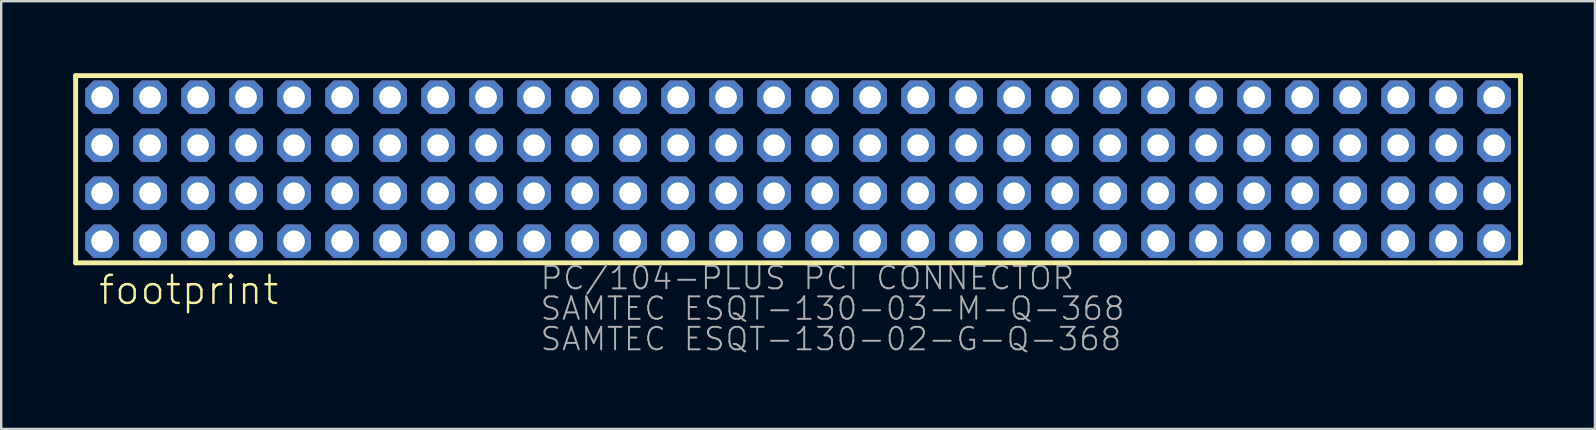
<source format=kicad_pcb>
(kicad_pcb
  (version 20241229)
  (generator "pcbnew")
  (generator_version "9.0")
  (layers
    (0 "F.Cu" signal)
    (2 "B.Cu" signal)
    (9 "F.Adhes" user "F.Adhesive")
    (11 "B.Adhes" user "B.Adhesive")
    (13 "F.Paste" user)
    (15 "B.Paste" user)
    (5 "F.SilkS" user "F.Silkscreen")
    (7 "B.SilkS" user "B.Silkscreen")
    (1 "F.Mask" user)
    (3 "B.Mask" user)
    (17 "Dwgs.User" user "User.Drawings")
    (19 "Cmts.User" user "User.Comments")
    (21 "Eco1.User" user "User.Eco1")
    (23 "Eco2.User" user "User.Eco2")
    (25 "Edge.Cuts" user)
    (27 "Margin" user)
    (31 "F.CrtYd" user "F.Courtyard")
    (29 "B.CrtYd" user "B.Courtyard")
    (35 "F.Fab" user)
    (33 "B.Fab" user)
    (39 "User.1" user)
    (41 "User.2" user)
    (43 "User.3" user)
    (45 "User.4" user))
  (footprint "footprint"
    (layer "F.Cu")
    (at 30.202 4.002)
    (property "Reference" "footprint" (at -29.21 5.715 0) (layer "F.SilkS") (effects (font (size 1.168 1.168) (thickness 0.102)) (justify left bottom)))
    (fp_line (start -30.1 -3.9) (end 30.1 -3.9) (stroke (width 0.203) (type solid)) (layer "F.SilkS"))
    (fp_line (start -30.1 3.9) (end -30.1 -3.9) (stroke (width 0.203) (type solid)) (layer "F.SilkS"))
    (fp_line (start 30.1 -3.9) (end 30.1 3.9) (stroke (width 0.203) (type solid)) (layer "F.SilkS"))
    (fp_line (start 30.1 3.9) (end -30.1 3.9) (stroke (width 0.203) (type solid)) (layer "F.SilkS"))
    (fp_text user "PC/104-PLUS PCI CONNECTOR" (at -10.795 5.08 0) (layer "F.Fab") (effects (font (size 0.935 0.935) (thickness 0.081)) (justify left bottom)))
    (fp_text user "SAMTEC ESQT-130-03-M-Q-368" (at -10.795 6.35 0) (layer "F.Fab") (effects (font (size 0.935 0.935) (thickness 0.081)) (justify left bottom)))
    (fp_text user "SAMTEC ESQT-130-02-G-Q-368" (at -10.795 7.62 0) (layer "F.Fab") (effects (font (size 0.935 0.935) (thickness 0.081)) (justify left bottom)))
    (pad "A1" thru_hole roundrect (at -29 3) (size 1.397 1.397) (drill 0.9) (layers "*.Cu" "*.Mask") (roundrect_rratio 0.25) (chamfer_ratio 0.25) (chamfer top_left top_right bottom_left bottom_right))
    (pad "A2" thru_hole roundrect (at -27 3) (size 1.397 1.397) (drill 0.9) (layers "*.Cu" "*.Mask") (roundrect_rratio 0.25) (chamfer_ratio 0.25) (chamfer top_left top_right bottom_left bottom_right))
    (pad "A3" thru_hole roundrect (at -25 3) (size 1.397 1.397) (drill 0.9) (layers "*.Cu" "*.Mask") (roundrect_rratio 0.25) (chamfer_ratio 0.25) (chamfer top_left top_right bottom_left bottom_right))
    (pad "A4" thru_hole roundrect (at -23 3) (size 1.397 1.397) (drill 0.9) (layers "*.Cu" "*.Mask") (roundrect_rratio 0.25) (chamfer_ratio 0.25) (chamfer top_left top_right bottom_left bottom_right))
    (pad "A5" thru_hole roundrect (at -21 3) (size 1.397 1.397) (drill 0.9) (layers "*.Cu" "*.Mask") (roundrect_rratio 0.25) (chamfer_ratio 0.25) (chamfer top_left top_right bottom_left bottom_right))
    (pad "A6" thru_hole roundrect (at -19 3) (size 1.397 1.397) (drill 0.9) (layers "*.Cu" "*.Mask") (roundrect_rratio 0.25) (chamfer_ratio 0.25) (chamfer top_left top_right bottom_left bottom_right))
    (pad "A7" thru_hole roundrect (at -17 3) (size 1.397 1.397) (drill 0.9) (layers "*.Cu" "*.Mask") (roundrect_rratio 0.25) (chamfer_ratio 0.25) (chamfer top_left top_right bottom_left bottom_right))
    (pad "A8" thru_hole roundrect (at -15 3) (size 1.397 1.397) (drill 0.9) (layers "*.Cu" "*.Mask") (roundrect_rratio 0.25) (chamfer_ratio 0.25) (chamfer top_left top_right bottom_left bottom_right))
    (pad "A9" thru_hole roundrect (at -13 3) (size 1.397 1.397) (drill 0.9) (layers "*.Cu" "*.Mask") (roundrect_rratio 0.25) (chamfer_ratio 0.25) (chamfer top_left top_right bottom_left bottom_right))
    (pad "A10" thru_hole roundrect (at -11 3) (size 1.397 1.397) (drill 0.9) (layers "*.Cu" "*.Mask") (roundrect_rratio 0.25) (chamfer_ratio 0.25) (chamfer top_left top_right bottom_left bottom_right))
    (pad "A11" thru_hole roundrect (at -9 3) (size 1.397 1.397) (drill 0.9) (layers "*.Cu" "*.Mask") (roundrect_rratio 0.25) (chamfer_ratio 0.25) (chamfer top_left top_right bottom_left bottom_right))
    (pad "A12" thru_hole roundrect (at -7 3) (size 1.397 1.397) (drill 0.9) (layers "*.Cu" "*.Mask") (roundrect_rratio 0.25) (chamfer_ratio 0.25) (chamfer top_left top_right bottom_left bottom_right))
    (pad "A13" thru_hole roundrect (at -5 3) (size 1.397 1.397) (drill 0.9) (layers "*.Cu" "*.Mask") (roundrect_rratio 0.25) (chamfer_ratio 0.25) (chamfer top_left top_right bottom_left bottom_right))
    (pad "A14" thru_hole roundrect (at -3 3) (size 1.397 1.397) (drill 0.9) (layers "*.Cu" "*.Mask") (roundrect_rratio 0.25) (chamfer_ratio 0.25) (chamfer top_left top_right bottom_left bottom_right))
    (pad "A15" thru_hole roundrect (at -1 3) (size 1.397 1.397) (drill 0.9) (layers "*.Cu" "*.Mask") (roundrect_rratio 0.25) (chamfer_ratio 0.25) (chamfer top_left top_right bottom_left bottom_right))
    (pad "A16" thru_hole roundrect (at 1 3) (size 1.397 1.397) (drill 0.9) (layers "*.Cu" "*.Mask") (roundrect_rratio 0.25) (chamfer_ratio 0.25) (chamfer top_left top_right bottom_left bottom_right))
    (pad "A17" thru_hole roundrect (at 3 3) (size 1.397 1.397) (drill 0.9) (layers "*.Cu" "*.Mask") (roundrect_rratio 0.25) (chamfer_ratio 0.25) (chamfer top_left top_right bottom_left bottom_right))
    (pad "A18" thru_hole roundrect (at 5 3) (size 1.397 1.397) (drill 0.9) (layers "*.Cu" "*.Mask") (roundrect_rratio 0.25) (chamfer_ratio 0.25) (chamfer top_left top_right bottom_left bottom_right))
    (pad "A19" thru_hole roundrect (at 7 3) (size 1.397 1.397) (drill 0.9) (layers "*.Cu" "*.Mask") (roundrect_rratio 0.25) (chamfer_ratio 0.25) (chamfer top_left top_right bottom_left bottom_right))
    (pad "A20" thru_hole roundrect (at 9 3) (size 1.397 1.397) (drill 0.9) (layers "*.Cu" "*.Mask") (roundrect_rratio 0.25) (chamfer_ratio 0.25) (chamfer top_left top_right bottom_left bottom_right))
    (pad "A21" thru_hole roundrect (at 11 3) (size 1.397 1.397) (drill 0.9) (layers "*.Cu" "*.Mask") (roundrect_rratio 0.25) (chamfer_ratio 0.25) (chamfer top_left top_right bottom_left bottom_right))
    (pad "A22" thru_hole roundrect (at 13 3) (size 1.397 1.397) (drill 0.9) (layers "*.Cu" "*.Mask") (roundrect_rratio 0.25) (chamfer_ratio 0.25) (chamfer top_left top_right bottom_left bottom_right))
    (pad "A23" thru_hole roundrect (at 15 3) (size 1.397 1.397) (drill 0.9) (layers "*.Cu" "*.Mask") (roundrect_rratio 0.25) (chamfer_ratio 0.25) (chamfer top_left top_right bottom_left bottom_right))
    (pad "A24" thru_hole roundrect (at 17 3) (size 1.397 1.397) (drill 0.9) (layers "*.Cu" "*.Mask") (roundrect_rratio 0.25) (chamfer_ratio 0.25) (chamfer top_left top_right bottom_left bottom_right))
    (pad "A25" thru_hole roundrect (at 19 3) (size 1.397 1.397) (drill 0.9) (layers "*.Cu" "*.Mask") (roundrect_rratio 0.25) (chamfer_ratio 0.25) (chamfer top_left top_right bottom_left bottom_right))
    (pad "A26" thru_hole roundrect (at 21 3) (size 1.397 1.397) (drill 0.9) (layers "*.Cu" "*.Mask") (roundrect_rratio 0.25) (chamfer_ratio 0.25) (chamfer top_left top_right bottom_left bottom_right))
    (pad "A27" thru_hole roundrect (at 23 3) (size 1.397 1.397) (drill 0.9) (layers "*.Cu" "*.Mask") (roundrect_rratio 0.25) (chamfer_ratio 0.25) (chamfer top_left top_right bottom_left bottom_right))
    (pad "A28" thru_hole roundrect (at 25 3) (size 1.397 1.397) (drill 0.9) (layers "*.Cu" "*.Mask") (roundrect_rratio 0.25) (chamfer_ratio 0.25) (chamfer top_left top_right bottom_left bottom_right))
    (pad "A29" thru_hole roundrect (at 27 3) (size 1.397 1.397) (drill 0.9) (layers "*.Cu" "*.Mask") (roundrect_rratio 0.25) (chamfer_ratio 0.25) (chamfer top_left top_right bottom_left bottom_right))
    (pad "A30" thru_hole roundrect (at 29 3) (size 1.397 1.397) (drill 0.9) (layers "*.Cu" "*.Mask") (roundrect_rratio 0.25) (chamfer_ratio 0.25) (chamfer top_left top_right bottom_left bottom_right))
    (pad "B1" thru_hole roundrect (at -29 1) (size 1.397 1.397) (drill 0.9) (layers "*.Cu" "*.Mask") (roundrect_rratio 0.25) (chamfer_ratio 0.25) (chamfer top_left top_right bottom_left bottom_right))
    (pad "B2" thru_hole roundrect (at -27 1) (size 1.397 1.397) (drill 0.9) (layers "*.Cu" "*.Mask") (roundrect_rratio 0.25) (chamfer_ratio 0.25) (chamfer top_left top_right bottom_left bottom_right))
    (pad "B3" thru_hole roundrect (at -25 1) (size 1.397 1.397) (drill 0.9) (layers "*.Cu" "*.Mask") (roundrect_rratio 0.25) (chamfer_ratio 0.25) (chamfer top_left top_right bottom_left bottom_right))
    (pad "B4" thru_hole roundrect (at -23 1) (size 1.397 1.397) (drill 0.9) (layers "*.Cu" "*.Mask") (roundrect_rratio 0.25) (chamfer_ratio 0.25) (chamfer top_left top_right bottom_left bottom_right))
    (pad "B5" thru_hole roundrect (at -21 1) (size 1.397 1.397) (drill 0.9) (layers "*.Cu" "*.Mask") (roundrect_rratio 0.25) (chamfer_ratio 0.25) (chamfer top_left top_right bottom_left bottom_right))
    (pad "B6" thru_hole roundrect (at -19 1) (size 1.397 1.397) (drill 0.9) (layers "*.Cu" "*.Mask") (roundrect_rratio 0.25) (chamfer_ratio 0.25) (chamfer top_left top_right bottom_left bottom_right))
    (pad "B7" thru_hole roundrect (at -17 1) (size 1.397 1.397) (drill 0.9) (layers "*.Cu" "*.Mask") (roundrect_rratio 0.25) (chamfer_ratio 0.25) (chamfer top_left top_right bottom_left bottom_right))
    (pad "B8" thru_hole roundrect (at -15 1) (size 1.397 1.397) (drill 0.9) (layers "*.Cu" "*.Mask") (roundrect_rratio 0.25) (chamfer_ratio 0.25) (chamfer top_left top_right bottom_left bottom_right))
    (pad "B9" thru_hole roundrect (at -13 1) (size 1.397 1.397) (drill 0.9) (layers "*.Cu" "*.Mask") (roundrect_rratio 0.25) (chamfer_ratio 0.25) (chamfer top_left top_right bottom_left bottom_right))
    (pad "B10" thru_hole roundrect (at -11 1) (size 1.397 1.397) (drill 0.9) (layers "*.Cu" "*.Mask") (roundrect_rratio 0.25) (chamfer_ratio 0.25) (chamfer top_left top_right bottom_left bottom_right))
    (pad "B11" thru_hole roundrect (at -9 1) (size 1.397 1.397) (drill 0.9) (layers "*.Cu" "*.Mask") (roundrect_rratio 0.25) (chamfer_ratio 0.25) (chamfer top_left top_right bottom_left bottom_right))
    (pad "B12" thru_hole roundrect (at -7 1) (size 1.397 1.397) (drill 0.9) (layers "*.Cu" "*.Mask") (roundrect_rratio 0.25) (chamfer_ratio 0.25) (chamfer top_left top_right bottom_left bottom_right))
    (pad "B13" thru_hole roundrect (at -5 1) (size 1.397 1.397) (drill 0.9) (layers "*.Cu" "*.Mask") (roundrect_rratio 0.25) (chamfer_ratio 0.25) (chamfer top_left top_right bottom_left bottom_right))
    (pad "B14" thru_hole roundrect (at -3 1) (size 1.397 1.397) (drill 0.9) (layers "*.Cu" "*.Mask") (roundrect_rratio 0.25) (chamfer_ratio 0.25) (chamfer top_left top_right bottom_left bottom_right))
    (pad "B15" thru_hole roundrect (at -1 1) (size 1.397 1.397) (drill 0.9) (layers "*.Cu" "*.Mask") (roundrect_rratio 0.25) (chamfer_ratio 0.25) (chamfer top_left top_right bottom_left bottom_right))
    (pad "B16" thru_hole roundrect (at 1 1) (size 1.397 1.397) (drill 0.9) (layers "*.Cu" "*.Mask") (roundrect_rratio 0.25) (chamfer_ratio 0.25) (chamfer top_left top_right bottom_left bottom_right))
    (pad "B17" thru_hole roundrect (at 3 1) (size 1.397 1.397) (drill 0.9) (layers "*.Cu" "*.Mask") (roundrect_rratio 0.25) (chamfer_ratio 0.25) (chamfer top_left top_right bottom_left bottom_right))
    (pad "B18" thru_hole roundrect (at 5 1) (size 1.397 1.397) (drill 0.9) (layers "*.Cu" "*.Mask") (roundrect_rratio 0.25) (chamfer_ratio 0.25) (chamfer top_left top_right bottom_left bottom_right))
    (pad "B19" thru_hole roundrect (at 7 1) (size 1.397 1.397) (drill 0.9) (layers "*.Cu" "*.Mask") (roundrect_rratio 0.25) (chamfer_ratio 0.25) (chamfer top_left top_right bottom_left bottom_right))
    (pad "B20" thru_hole roundrect (at 9 1) (size 1.397 1.397) (drill 0.9) (layers "*.Cu" "*.Mask") (roundrect_rratio 0.25) (chamfer_ratio 0.25) (chamfer top_left top_right bottom_left bottom_right))
    (pad "B21" thru_hole roundrect (at 11 1) (size 1.397 1.397) (drill 0.9) (layers "*.Cu" "*.Mask") (roundrect_rratio 0.25) (chamfer_ratio 0.25) (chamfer top_left top_right bottom_left bottom_right))
    (pad "B22" thru_hole roundrect (at 13 1) (size 1.397 1.397) (drill 0.9) (layers "*.Cu" "*.Mask") (roundrect_rratio 0.25) (chamfer_ratio 0.25) (chamfer top_left top_right bottom_left bottom_right))
    (pad "B23" thru_hole roundrect (at 15 1) (size 1.397 1.397) (drill 0.9) (layers "*.Cu" "*.Mask") (roundrect_rratio 0.25) (chamfer_ratio 0.25) (chamfer top_left top_right bottom_left bottom_right))
    (pad "B24" thru_hole roundrect (at 17 1) (size 1.397 1.397) (drill 0.9) (layers "*.Cu" "*.Mask") (roundrect_rratio 0.25) (chamfer_ratio 0.25) (chamfer top_left top_right bottom_left bottom_right))
    (pad "B25" thru_hole roundrect (at 19 1) (size 1.397 1.397) (drill 0.9) (layers "*.Cu" "*.Mask") (roundrect_rratio 0.25) (chamfer_ratio 0.25) (chamfer top_left top_right bottom_left bottom_right))
    (pad "B26" thru_hole roundrect (at 21 1) (size 1.397 1.397) (drill 0.9) (layers "*.Cu" "*.Mask") (roundrect_rratio 0.25) (chamfer_ratio 0.25) (chamfer top_left top_right bottom_left bottom_right))
    (pad "B27" thru_hole roundrect (at 23 1) (size 1.397 1.397) (drill 0.9) (layers "*.Cu" "*.Mask") (roundrect_rratio 0.25) (chamfer_ratio 0.25) (chamfer top_left top_right bottom_left bottom_right))
    (pad "B28" thru_hole roundrect (at 25 1) (size 1.397 1.397) (drill 0.9) (layers "*.Cu" "*.Mask") (roundrect_rratio 0.25) (chamfer_ratio 0.25) (chamfer top_left top_right bottom_left bottom_right))
    (pad "B29" thru_hole roundrect (at 27 1) (size 1.397 1.397) (drill 0.9) (layers "*.Cu" "*.Mask") (roundrect_rratio 0.25) (chamfer_ratio 0.25) (chamfer top_left top_right bottom_left bottom_right))
    (pad "B30" thru_hole roundrect (at 29 1) (size 1.397 1.397) (drill 0.9) (layers "*.Cu" "*.Mask") (roundrect_rratio 0.25) (chamfer_ratio 0.25) (chamfer top_left top_right bottom_left bottom_right))
    (pad "C1" thru_hole roundrect (at -29 -1) (size 1.397 1.397) (drill 0.9) (layers "*.Cu" "*.Mask") (roundrect_rratio 0.25) (chamfer_ratio 0.25) (chamfer top_left top_right bottom_left bottom_right))
    (pad "C2" thru_hole roundrect (at -27 -1) (size 1.397 1.397) (drill 0.9) (layers "*.Cu" "*.Mask") (roundrect_rratio 0.25) (chamfer_ratio 0.25) (chamfer top_left top_right bottom_left bottom_right))
    (pad "C3" thru_hole roundrect (at -25 -1) (size 1.397 1.397) (drill 0.9) (layers "*.Cu" "*.Mask") (roundrect_rratio 0.25) (chamfer_ratio 0.25) (chamfer top_left top_right bottom_left bottom_right))
    (pad "C4" thru_hole roundrect (at -23 -1) (size 1.397 1.397) (drill 0.9) (layers "*.Cu" "*.Mask") (roundrect_rratio 0.25) (chamfer_ratio 0.25) (chamfer top_left top_right bottom_left bottom_right))
    (pad "C5" thru_hole roundrect (at -21 -1) (size 1.397 1.397) (drill 0.9) (layers "*.Cu" "*.Mask") (roundrect_rratio 0.25) (chamfer_ratio 0.25) (chamfer top_left top_right bottom_left bottom_right))
    (pad "C6" thru_hole roundrect (at -19 -1) (size 1.397 1.397) (drill 0.9) (layers "*.Cu" "*.Mask") (roundrect_rratio 0.25) (chamfer_ratio 0.25) (chamfer top_left top_right bottom_left bottom_right))
    (pad "C7" thru_hole roundrect (at -17 -1) (size 1.397 1.397) (drill 0.9) (layers "*.Cu" "*.Mask") (roundrect_rratio 0.25) (chamfer_ratio 0.25) (chamfer top_left top_right bottom_left bottom_right))
    (pad "C8" thru_hole roundrect (at -15 -1) (size 1.397 1.397) (drill 0.9) (layers "*.Cu" "*.Mask") (roundrect_rratio 0.25) (chamfer_ratio 0.25) (chamfer top_left top_right bottom_left bottom_right))
    (pad "C9" thru_hole roundrect (at -13 -1) (size 1.397 1.397) (drill 0.9) (layers "*.Cu" "*.Mask") (roundrect_rratio 0.25) (chamfer_ratio 0.25) (chamfer top_left top_right bottom_left bottom_right))
    (pad "C10" thru_hole roundrect (at -11 -1) (size 1.397 1.397) (drill 0.9) (layers "*.Cu" "*.Mask") (roundrect_rratio 0.25) (chamfer_ratio 0.25) (chamfer top_left top_right bottom_left bottom_right))
    (pad "C11" thru_hole roundrect (at -9 -1) (size 1.397 1.397) (drill 0.9) (layers "*.Cu" "*.Mask") (roundrect_rratio 0.25) (chamfer_ratio 0.25) (chamfer top_left top_right bottom_left bottom_right))
    (pad "C12" thru_hole roundrect (at -7 -1) (size 1.397 1.397) (drill 0.9) (layers "*.Cu" "*.Mask") (roundrect_rratio 0.25) (chamfer_ratio 0.25) (chamfer top_left top_right bottom_left bottom_right))
    (pad "C13" thru_hole roundrect (at -5 -1) (size 1.397 1.397) (drill 0.9) (layers "*.Cu" "*.Mask") (roundrect_rratio 0.25) (chamfer_ratio 0.25) (chamfer top_left top_right bottom_left bottom_right))
    (pad "C14" thru_hole roundrect (at -3 -1) (size 1.397 1.397) (drill 0.9) (layers "*.Cu" "*.Mask") (roundrect_rratio 0.25) (chamfer_ratio 0.25) (chamfer top_left top_right bottom_left bottom_right))
    (pad "C15" thru_hole roundrect (at -1 -1) (size 1.397 1.397) (drill 0.9) (layers "*.Cu" "*.Mask") (roundrect_rratio 0.25) (chamfer_ratio 0.25) (chamfer top_left top_right bottom_left bottom_right))
    (pad "C16" thru_hole roundrect (at 1 -1) (size 1.397 1.397) (drill 0.9) (layers "*.Cu" "*.Mask") (roundrect_rratio 0.25) (chamfer_ratio 0.25) (chamfer top_left top_right bottom_left bottom_right))
    (pad "C17" thru_hole roundrect (at 3 -1) (size 1.397 1.397) (drill 0.9) (layers "*.Cu" "*.Mask") (roundrect_rratio 0.25) (chamfer_ratio 0.25) (chamfer top_left top_right bottom_left bottom_right))
    (pad "C18" thru_hole roundrect (at 5 -1) (size 1.397 1.397) (drill 0.9) (layers "*.Cu" "*.Mask") (roundrect_rratio 0.25) (chamfer_ratio 0.25) (chamfer top_left top_right bottom_left bottom_right))
    (pad "C19" thru_hole roundrect (at 7 -1) (size 1.397 1.397) (drill 0.9) (layers "*.Cu" "*.Mask") (roundrect_rratio 0.25) (chamfer_ratio 0.25) (chamfer top_left top_right bottom_left bottom_right))
    (pad "C20" thru_hole roundrect (at 9 -1) (size 1.397 1.397) (drill 0.9) (layers "*.Cu" "*.Mask") (roundrect_rratio 0.25) (chamfer_ratio 0.25) (chamfer top_left top_right bottom_left bottom_right))
    (pad "C21" thru_hole roundrect (at 11 -1) (size 1.397 1.397) (drill 0.9) (layers "*.Cu" "*.Mask") (roundrect_rratio 0.25) (chamfer_ratio 0.25) (chamfer top_left top_right bottom_left bottom_right))
    (pad "C22" thru_hole roundrect (at 13 -1) (size 1.397 1.397) (drill 0.9) (layers "*.Cu" "*.Mask") (roundrect_rratio 0.25) (chamfer_ratio 0.25) (chamfer top_left top_right bottom_left bottom_right))
    (pad "C23" thru_hole roundrect (at 15 -1) (size 1.397 1.397) (drill 0.9) (layers "*.Cu" "*.Mask") (roundrect_rratio 0.25) (chamfer_ratio 0.25) (chamfer top_left top_right bottom_left bottom_right))
    (pad "C24" thru_hole roundrect (at 17 -1) (size 1.397 1.397) (drill 0.9) (layers "*.Cu" "*.Mask") (roundrect_rratio 0.25) (chamfer_ratio 0.25) (chamfer top_left top_right bottom_left bottom_right))
    (pad "C25" thru_hole roundrect (at 19 -1) (size 1.397 1.397) (drill 0.9) (layers "*.Cu" "*.Mask") (roundrect_rratio 0.25) (chamfer_ratio 0.25) (chamfer top_left top_right bottom_left bottom_right))
    (pad "C26" thru_hole roundrect (at 21 -1) (size 1.397 1.397) (drill 0.9) (layers "*.Cu" "*.Mask") (roundrect_rratio 0.25) (chamfer_ratio 0.25) (chamfer top_left top_right bottom_left bottom_right))
    (pad "C27" thru_hole roundrect (at 23 -1) (size 1.397 1.397) (drill 0.9) (layers "*.Cu" "*.Mask") (roundrect_rratio 0.25) (chamfer_ratio 0.25) (chamfer top_left top_right bottom_left bottom_right))
    (pad "C28" thru_hole roundrect (at 25 -1) (size 1.397 1.397) (drill 0.9) (layers "*.Cu" "*.Mask") (roundrect_rratio 0.25) (chamfer_ratio 0.25) (chamfer top_left top_right bottom_left bottom_right))
    (pad "C29" thru_hole roundrect (at 27 -1) (size 1.397 1.397) (drill 0.9) (layers "*.Cu" "*.Mask") (roundrect_rratio 0.25) (chamfer_ratio 0.25) (chamfer top_left top_right bottom_left bottom_right))
    (pad "C30" thru_hole roundrect (at 29 -1) (size 1.397 1.397) (drill 0.9) (layers "*.Cu" "*.Mask") (roundrect_rratio 0.25) (chamfer_ratio 0.25) (chamfer top_left top_right bottom_left bottom_right))
    (pad "D1" thru_hole roundrect (at -29 -3) (size 1.397 1.397) (drill 0.9) (layers "*.Cu" "*.Mask") (roundrect_rratio 0.25) (chamfer_ratio 0.25) (chamfer top_left top_right bottom_left bottom_right))
    (pad "D2" thru_hole roundrect (at -27 -3) (size 1.397 1.397) (drill 0.9) (layers "*.Cu" "*.Mask") (roundrect_rratio 0.25) (chamfer_ratio 0.25) (chamfer top_left top_right bottom_left bottom_right))
    (pad "D3" thru_hole roundrect (at -25 -3) (size 1.397 1.397) (drill 0.9) (layers "*.Cu" "*.Mask") (roundrect_rratio 0.25) (chamfer_ratio 0.25) (chamfer top_left top_right bottom_left bottom_right))
    (pad "D4" thru_hole roundrect (at -23 -3) (size 1.397 1.397) (drill 0.9) (layers "*.Cu" "*.Mask") (roundrect_rratio 0.25) (chamfer_ratio 0.25) (chamfer top_left top_right bottom_left bottom_right))
    (pad "D5" thru_hole roundrect (at -21 -3) (size 1.397 1.397) (drill 0.9) (layers "*.Cu" "*.Mask") (roundrect_rratio 0.25) (chamfer_ratio 0.25) (chamfer top_left top_right bottom_left bottom_right))
    (pad "D6" thru_hole roundrect (at -19 -3) (size 1.397 1.397) (drill 0.9) (layers "*.Cu" "*.Mask") (roundrect_rratio 0.25) (chamfer_ratio 0.25) (chamfer top_left top_right bottom_left bottom_right))
    (pad "D7" thru_hole roundrect (at -17 -3) (size 1.397 1.397) (drill 0.9) (layers "*.Cu" "*.Mask") (roundrect_rratio 0.25) (chamfer_ratio 0.25) (chamfer top_left top_right bottom_left bottom_right))
    (pad "D8" thru_hole roundrect (at -15 -3) (size 1.397 1.397) (drill 0.9) (layers "*.Cu" "*.Mask") (roundrect_rratio 0.25) (chamfer_ratio 0.25) (chamfer top_left top_right bottom_left bottom_right))
    (pad "D9" thru_hole roundrect (at -13 -3) (size 1.397 1.397) (drill 0.9) (layers "*.Cu" "*.Mask") (roundrect_rratio 0.25) (chamfer_ratio 0.25) (chamfer top_left top_right bottom_left bottom_right))
    (pad "D10" thru_hole roundrect (at -11 -3) (size 1.397 1.397) (drill 0.9) (layers "*.Cu" "*.Mask") (roundrect_rratio 0.25) (chamfer_ratio 0.25) (chamfer top_left top_right bottom_left bottom_right))
    (pad "D11" thru_hole roundrect (at -9 -3) (size 1.397 1.397) (drill 0.9) (layers "*.Cu" "*.Mask") (roundrect_rratio 0.25) (chamfer_ratio 0.25) (chamfer top_left top_right bottom_left bottom_right))
    (pad "D12" thru_hole roundrect (at -7 -3) (size 1.397 1.397) (drill 0.9) (layers "*.Cu" "*.Mask") (roundrect_rratio 0.25) (chamfer_ratio 0.25) (chamfer top_left top_right bottom_left bottom_right))
    (pad "D13" thru_hole roundrect (at -5 -3) (size 1.397 1.397) (drill 0.9) (layers "*.Cu" "*.Mask") (roundrect_rratio 0.25) (chamfer_ratio 0.25) (chamfer top_left top_right bottom_left bottom_right))
    (pad "D14" thru_hole roundrect (at -3 -3) (size 1.397 1.397) (drill 0.9) (layers "*.Cu" "*.Mask") (roundrect_rratio 0.25) (chamfer_ratio 0.25) (chamfer top_left top_right bottom_left bottom_right))
    (pad "D15" thru_hole roundrect (at -1 -3) (size 1.397 1.397) (drill 0.9) (layers "*.Cu" "*.Mask") (roundrect_rratio 0.25) (chamfer_ratio 0.25) (chamfer top_left top_right bottom_left bottom_right))
    (pad "D16" thru_hole roundrect (at 1 -3) (size 1.397 1.397) (drill 0.9) (layers "*.Cu" "*.Mask") (roundrect_rratio 0.25) (chamfer_ratio 0.25) (chamfer top_left top_right bottom_left bottom_right))
    (pad "D17" thru_hole roundrect (at 3 -3) (size 1.397 1.397) (drill 0.9) (layers "*.Cu" "*.Mask") (roundrect_rratio 0.25) (chamfer_ratio 0.25) (chamfer top_left top_right bottom_left bottom_right))
    (pad "D18" thru_hole roundrect (at 5 -3) (size 1.397 1.397) (drill 0.9) (layers "*.Cu" "*.Mask") (roundrect_rratio 0.25) (chamfer_ratio 0.25) (chamfer top_left top_right bottom_left bottom_right))
    (pad "D19" thru_hole roundrect (at 7 -3) (size 1.397 1.397) (drill 0.9) (layers "*.Cu" "*.Mask") (roundrect_rratio 0.25) (chamfer_ratio 0.25) (chamfer top_left top_right bottom_left bottom_right))
    (pad "D20" thru_hole roundrect (at 9 -3) (size 1.397 1.397) (drill 0.9) (layers "*.Cu" "*.Mask") (roundrect_rratio 0.25) (chamfer_ratio 0.25) (chamfer top_left top_right bottom_left bottom_right))
    (pad "D21" thru_hole roundrect (at 11 -3) (size 1.397 1.397) (drill 0.9) (layers "*.Cu" "*.Mask") (roundrect_rratio 0.25) (chamfer_ratio 0.25) (chamfer top_left top_right bottom_left bottom_right))
    (pad "D22" thru_hole roundrect (at 13 -3) (size 1.397 1.397) (drill 0.9) (layers "*.Cu" "*.Mask") (roundrect_rratio 0.25) (chamfer_ratio 0.25) (chamfer top_left top_right bottom_left bottom_right))
    (pad "D23" thru_hole roundrect (at 15 -3) (size 1.397 1.397) (drill 0.9) (layers "*.Cu" "*.Mask") (roundrect_rratio 0.25) (chamfer_ratio 0.25) (chamfer top_left top_right bottom_left bottom_right))
    (pad "D24" thru_hole roundrect (at 17 -3) (size 1.397 1.397) (drill 0.9) (layers "*.Cu" "*.Mask") (roundrect_rratio 0.25) (chamfer_ratio 0.25) (chamfer top_left top_right bottom_left bottom_right))
    (pad "D25" thru_hole roundrect (at 19 -3) (size 1.397 1.397) (drill 0.9) (layers "*.Cu" "*.Mask") (roundrect_rratio 0.25) (chamfer_ratio 0.25) (chamfer top_left top_right bottom_left bottom_right))
    (pad "D26" thru_hole roundrect (at 21 -3) (size 1.397 1.397) (drill 0.9) (layers "*.Cu" "*.Mask") (roundrect_rratio 0.25) (chamfer_ratio 0.25) (chamfer top_left top_right bottom_left bottom_right))
    (pad "D27" thru_hole roundrect (at 23 -3) (size 1.397 1.397) (drill 0.9) (layers "*.Cu" "*.Mask") (roundrect_rratio 0.25) (chamfer_ratio 0.25) (chamfer top_left top_right bottom_left bottom_right))
    (pad "D28" thru_hole roundrect (at 25 -3) (size 1.397 1.397) (drill 0.9) (layers "*.Cu" "*.Mask") (roundrect_rratio 0.25) (chamfer_ratio 0.25) (chamfer top_left top_right bottom_left bottom_right))
    (pad "D29" thru_hole roundrect (at 27 -3) (size 1.397 1.397) (drill 0.9) (layers "*.Cu" "*.Mask") (roundrect_rratio 0.25) (chamfer_ratio 0.25) (chamfer top_left top_right bottom_left bottom_right))
    (pad "D30" thru_hole roundrect (at 29 -3) (size 1.397 1.397) (drill 0.9) (layers "*.Cu" "*.Mask") (roundrect_rratio 0.25) (chamfer_ratio 0.25) (chamfer top_left top_right bottom_left bottom_right)))
  (gr_rect
    (start -3 -3)
    (end 63.403 14.822)
    (stroke (width 0.1) (type default))
    (fill no)
    (layer "Edge.Cuts")))
</source>
